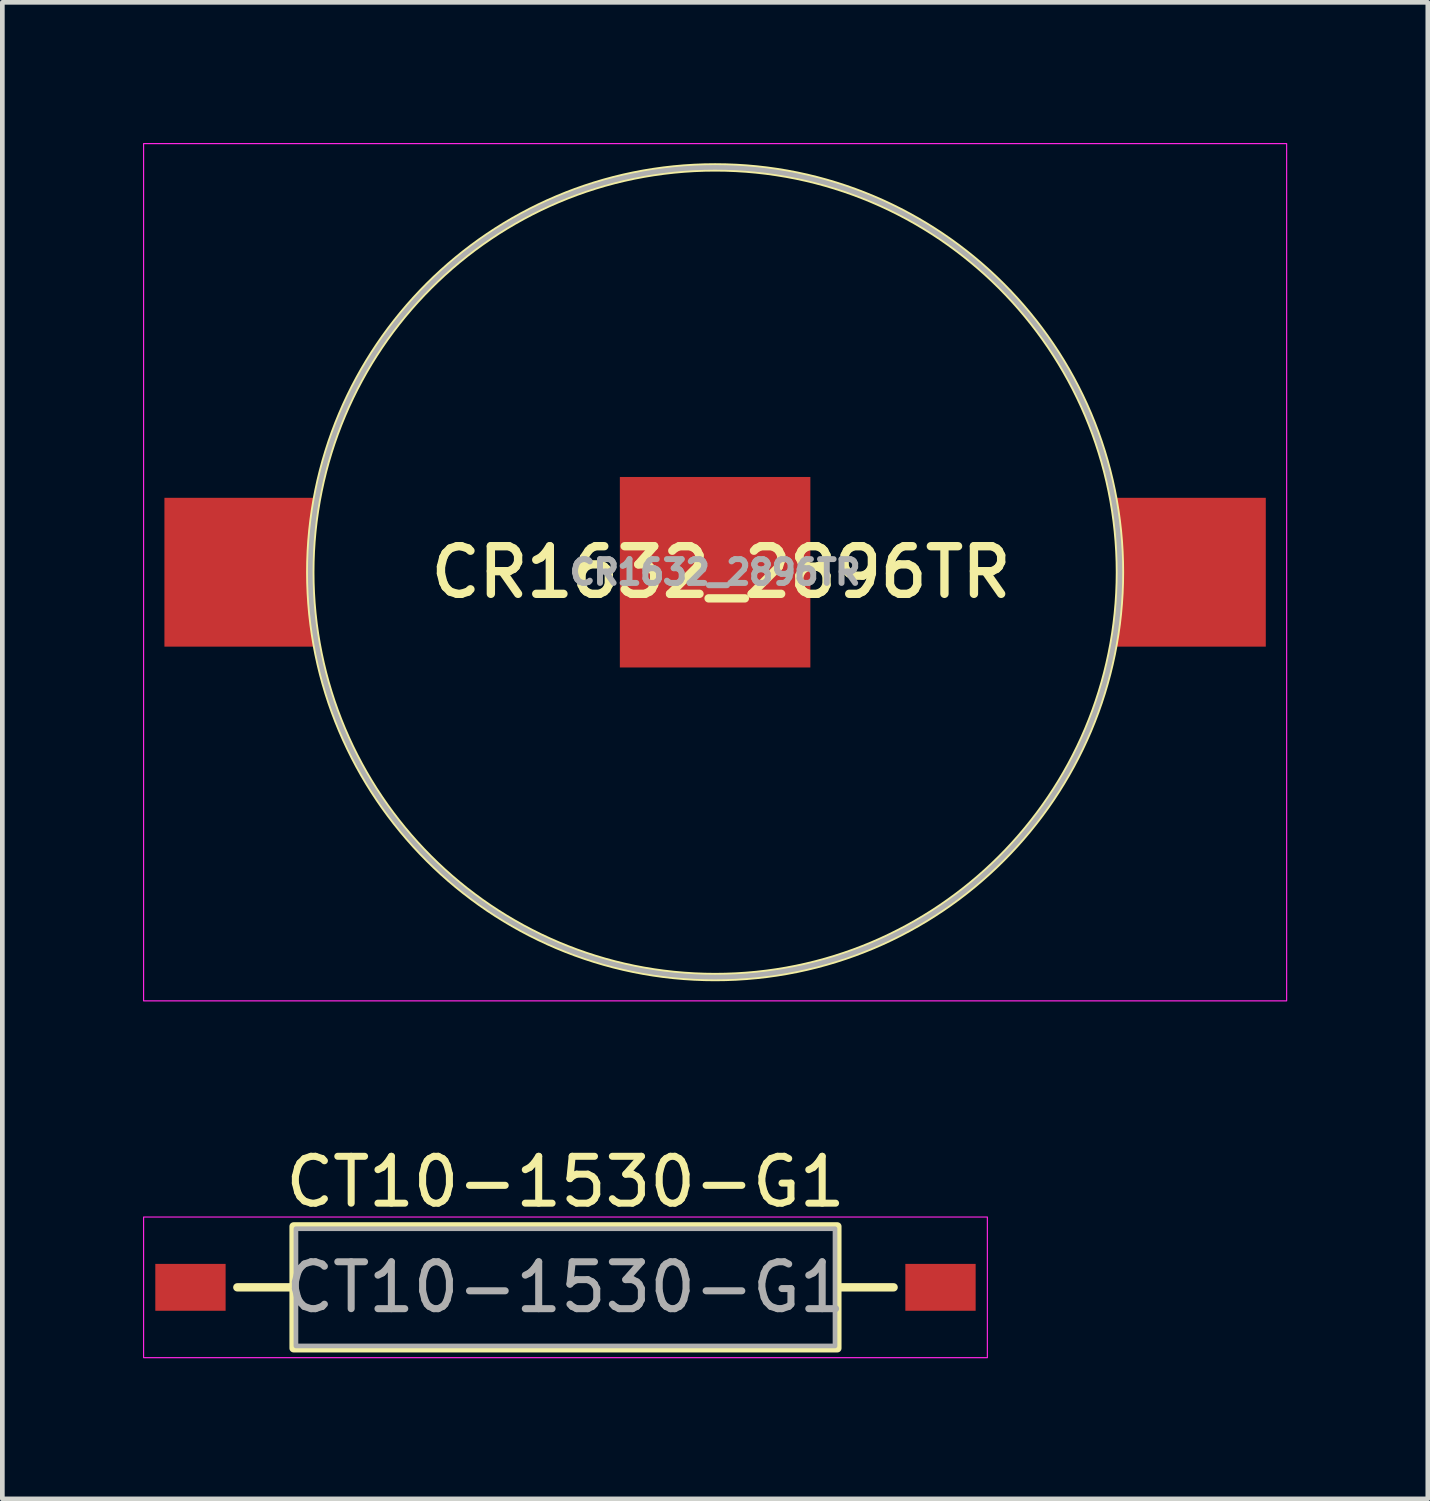
<source format=kicad_pcb>
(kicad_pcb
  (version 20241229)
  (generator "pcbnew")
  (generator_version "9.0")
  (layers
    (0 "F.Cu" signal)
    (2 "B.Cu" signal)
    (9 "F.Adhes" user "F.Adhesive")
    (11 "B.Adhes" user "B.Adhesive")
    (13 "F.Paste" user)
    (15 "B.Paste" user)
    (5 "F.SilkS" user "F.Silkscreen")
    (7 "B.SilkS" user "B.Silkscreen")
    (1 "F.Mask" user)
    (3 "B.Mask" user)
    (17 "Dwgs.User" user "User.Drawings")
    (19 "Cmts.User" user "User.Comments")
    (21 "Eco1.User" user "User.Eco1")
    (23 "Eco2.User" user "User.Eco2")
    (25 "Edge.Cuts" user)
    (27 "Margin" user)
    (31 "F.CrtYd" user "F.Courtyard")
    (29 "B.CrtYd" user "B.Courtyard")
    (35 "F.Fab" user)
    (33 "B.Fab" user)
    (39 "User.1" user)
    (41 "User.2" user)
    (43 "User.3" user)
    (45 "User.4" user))
  (footprint "CT10-1530-G1"
    (layer "F.Cu")
    (at 9.013 24.412)
    (property "Reference" "CT10-1530-G1" (at 0 -2.25 0) (unlocked yes) (layer "F.SilkS") (effects (font (size 1 1) (thickness 0.15))))
    (attr smd)
    (fp_line (start -7 0) (end -5.8 0) (stroke (width 0.178) (type solid)) (layer "F.SilkS"))
    (fp_line (start 5.8 0) (end 7 0) (stroke (width 0.178) (type solid)) (layer "F.SilkS"))
    (fp_rect (start -5.8 -1.3) (end 5.8 1.3) (stroke (width 0.178) (type solid)) (fill no) (layer "F.SilkS"))
    (fp_rect (start -9 -1.5) (end 9 1.5) (stroke (width 0.025) (type solid)) (fill no) (layer "F.CrtYd"))
    (fp_rect (start -5.75 -1.25) (end 5.75 1.25) (stroke (width 0.1) (type solid)) (fill no) (layer "F.Fab"))
    (fp_text user "${REFERENCE}" (at 0 0 0) (unlocked yes) (layer "F.Fab") (effects (font (size 1 1) (thickness 0.15))))
    (pad "1" smd rect (at -8 0) (size 1.5 1) (layers "F.Cu" "F.Mask" "F.Paste"))
    (pad "2" smd rect (at 8 0) (size 1.5 1) (layers "F.Cu" "F.Mask" "F.Paste")))
  (footprint "CR1632_2896TR"
    (layer "F.Cu")
    (at 12.205 9.157)
    (property "Reference" "CR1632_2896TR" (at 0.127 0 0) (layer "F.SilkS") (effects (font (size 1.016 1.016) (thickness 0.178))))
    (attr smd)
    (fp_circle (center 0 0) (end 8.636 0) (stroke (width 0.178) (type solid)) (fill no) (layer "F.SilkS"))
    (fp_rect (start -12.192 -9.144) (end 12.192 9.144) (stroke (width 0.025) (type solid)) (fill no) (layer "F.CrtYd"))
    (fp_circle (center 0 0) (end 8.636 0) (stroke (width 0.1) (type solid)) (fill no) (layer "F.Fab"))
    (fp_text user "${REFERENCE}" (at 0 0 0) (layer "F.Fab") (effects (font (size 0.508 0.508) (thickness 0.127))))
    (pad "1" smd rect (at -10.16 0) (size 3.175 3.175) (layers "F.Cu" "F.Mask" "F.Paste"))
    (pad "1" smd rect (at 10.16 0) (size 3.175 3.175) (layers "F.Cu" "F.Mask" "F.Paste"))
    (pad "2" smd rect (at 0 0) (size 4.064 4.064) (layers "F.Cu" "F.Mask" "F.Paste")))
  (gr_rect
    (start -3 -3)
    (end 27.409 28.924)
    (stroke (width 0.1) (type default))
    (fill no)
    (layer "Edge.Cuts")))
</source>
